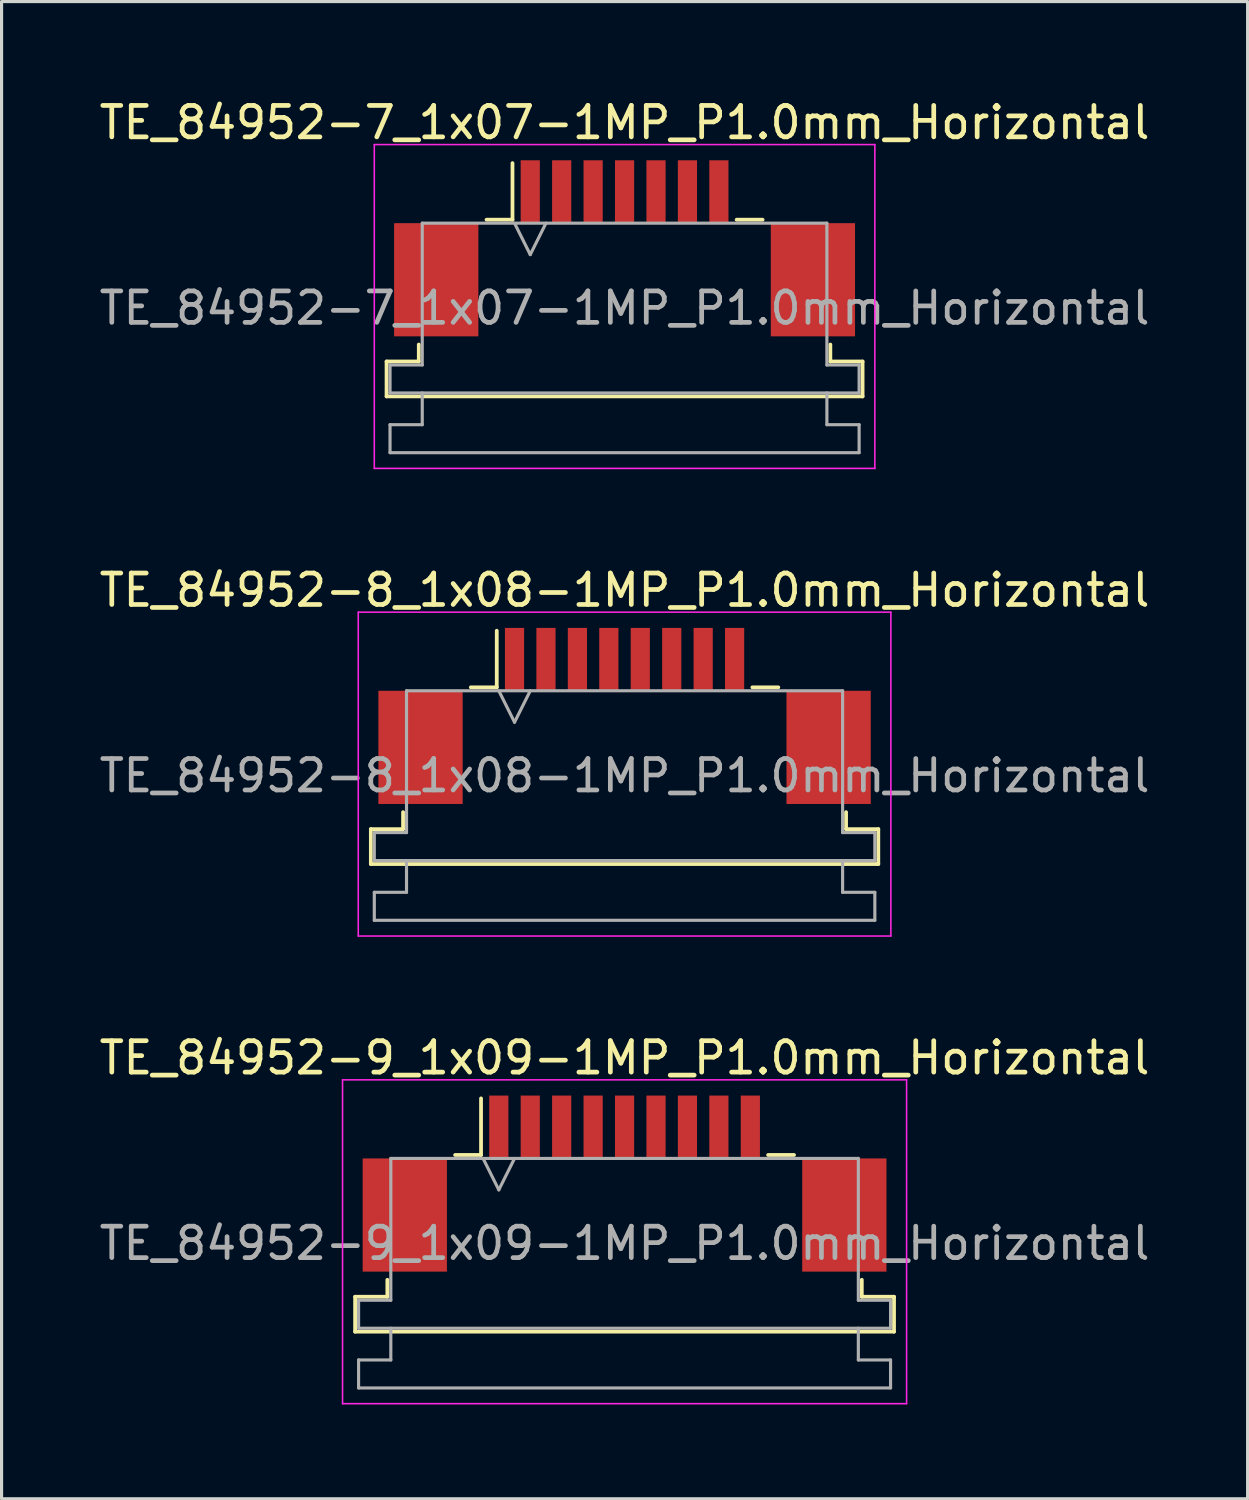
<source format=kicad_pcb>
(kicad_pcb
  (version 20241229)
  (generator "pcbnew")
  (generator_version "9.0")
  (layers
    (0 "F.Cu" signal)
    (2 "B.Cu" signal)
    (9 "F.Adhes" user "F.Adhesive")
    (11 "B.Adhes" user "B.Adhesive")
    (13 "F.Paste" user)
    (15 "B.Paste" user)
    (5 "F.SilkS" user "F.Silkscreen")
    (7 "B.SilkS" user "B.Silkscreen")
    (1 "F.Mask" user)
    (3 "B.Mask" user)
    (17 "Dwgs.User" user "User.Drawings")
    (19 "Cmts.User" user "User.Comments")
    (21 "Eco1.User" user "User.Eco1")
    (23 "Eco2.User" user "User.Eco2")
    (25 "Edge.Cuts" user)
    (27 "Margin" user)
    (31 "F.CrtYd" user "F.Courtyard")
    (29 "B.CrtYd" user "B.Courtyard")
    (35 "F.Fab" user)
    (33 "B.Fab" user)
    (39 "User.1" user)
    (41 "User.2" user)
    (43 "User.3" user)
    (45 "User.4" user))
  (footprint "TE_84952-8_1x08-1MP_P1.0mm_Horizontal"
    (layer "F.Cu")
    (at 16.815 19.721)
    (property "Reference" "TE_84952-8_1x08-1MP_P1.0mm_Horizontal" (at 0 -4 0) (layer "F.SilkS") (effects (font (size 1 1) (thickness 0.15))))
    (attr smd)
    (fp_line (start -8.07 3.6) (end -7.045 3.6) (stroke (width 0.12) (type solid)) (layer "F.SilkS"))
    (fp_line (start -8.07 4.71) (end -8.07 3.6) (stroke (width 0.12) (type solid)) (layer "F.SilkS"))
    (fp_line (start -7.045 3.6) (end -7.045 3.06) (stroke (width 0.12) (type solid)) (layer "F.SilkS"))
    (fp_line (start -4.89 -0.91) (end -4.065 -0.91) (stroke (width 0.12) (type solid)) (layer "F.SilkS"))
    (fp_line (start -4.065 -0.91) (end -4.065 -2.71) (stroke (width 0.12) (type solid)) (layer "F.SilkS"))
    (fp_line (start 4.065 -0.91) (end 4.89 -0.91) (stroke (width 0.12) (type solid)) (layer "F.SilkS"))
    (fp_line (start 7.045 3.06) (end 7.045 3.6) (stroke (width 0.12) (type solid)) (layer "F.SilkS"))
    (fp_line (start 7.045 3.6) (end 8.07 3.6) (stroke (width 0.12) (type solid)) (layer "F.SilkS"))
    (fp_line (start 8.07 3.6) (end 8.07 4.71) (stroke (width 0.12) (type solid)) (layer "F.SilkS"))
    (fp_line (start 8.07 4.71) (end -8.07 4.71) (stroke (width 0.12) (type solid)) (layer "F.SilkS"))
    (fp_line (start -8.47 -3.3) (end -8.47 7) (stroke (width 0.05) (type solid)) (layer "F.CrtYd"))
    (fp_line (start -8.47 7) (end 8.47 7) (stroke (width 0.05) (type solid)) (layer "F.CrtYd"))
    (fp_line (start 8.47 -3.3) (end -8.47 -3.3) (stroke (width 0.05) (type solid)) (layer "F.CrtYd"))
    (fp_line (start 8.47 7) (end 8.47 -3.3) (stroke (width 0.05) (type solid)) (layer "F.CrtYd"))
    (fp_line (start -7.96 3.71) (end -6.935 3.71) (stroke (width 0.1) (type solid)) (layer "F.Fab"))
    (fp_line (start -7.96 4.6) (end -7.96 3.71) (stroke (width 0.1) (type solid)) (layer "F.Fab"))
    (fp_line (start -7.96 5.61) (end -6.935 5.61) (stroke (width 0.1) (type solid)) (layer "F.Fab"))
    (fp_line (start -7.96 6.5) (end -7.96 5.61) (stroke (width 0.1) (type solid)) (layer "F.Fab"))
    (fp_line (start -6.935 -0.8) (end 6.935 -0.8) (stroke (width 0.1) (type solid)) (layer "F.Fab"))
    (fp_line (start -6.935 3.71) (end -6.935 -0.8) (stroke (width 0.1) (type solid)) (layer "F.Fab"))
    (fp_line (start -6.935 5.61) (end -6.935 4.6) (stroke (width 0.1) (type solid)) (layer "F.Fab"))
    (fp_line (start -4 -0.8) (end -3.5 0.2) (stroke (width 0.1) (type solid)) (layer "F.Fab"))
    (fp_line (start -3.5 0.2) (end -3 -0.8) (stroke (width 0.1) (type solid)) (layer "F.Fab"))
    (fp_line (start 6.935 -0.8) (end 6.935 3.71) (stroke (width 0.1) (type solid)) (layer "F.Fab"))
    (fp_line (start 6.935 3.71) (end 7.96 3.71) (stroke (width 0.1) (type solid)) (layer "F.Fab"))
    (fp_line (start 6.935 4.6) (end 6.935 5.61) (stroke (width 0.1) (type solid)) (layer "F.Fab"))
    (fp_line (start 6.935 5.61) (end 7.96 5.61) (stroke (width 0.1) (type solid)) (layer "F.Fab"))
    (fp_line (start 7.96 3.71) (end 7.96 4.6) (stroke (width 0.1) (type solid)) (layer "F.Fab"))
    (fp_line (start 7.96 4.6) (end -7.96 4.6) (stroke (width 0.1) (type solid)) (layer "F.Fab"))
    (fp_line (start 7.96 5.61) (end 7.96 6.5) (stroke (width 0.1) (type solid)) (layer "F.Fab"))
    (fp_line (start 7.96 6.5) (end -7.96 6.5) (stroke (width 0.1) (type solid)) (layer "F.Fab"))
    (fp_text user "${REFERENCE}" (at 0 1.9 0) (layer "F.Fab") (effects (font (size 1 1) (thickness 0.15))))
    (pad "1" smd rect (at -3.5 -1.8) (size 0.61 2) (layers "F.Cu" "F.Mask" "F.Paste"))
    (pad "2" smd rect (at -2.5 -1.8) (size 0.61 2) (layers "F.Cu" "F.Mask" "F.Paste"))
    (pad "3" smd rect (at -1.5 -1.8) (size 0.61 2) (layers "F.Cu" "F.Mask" "F.Paste"))
    (pad "4" smd rect (at -0.5 -1.8) (size 0.61 2) (layers "F.Cu" "F.Mask" "F.Paste"))
    (pad "5" smd rect (at 0.5 -1.8) (size 0.61 2) (layers "F.Cu" "F.Mask" "F.Paste"))
    (pad "6" smd rect (at 1.5 -1.8) (size 0.61 2) (layers "F.Cu" "F.Mask" "F.Paste"))
    (pad "7" smd rect (at 2.5 -1.8) (size 0.61 2) (layers "F.Cu" "F.Mask" "F.Paste"))
    (pad "8" smd rect (at 3.5 -1.8) (size 0.61 2) (layers "F.Cu" "F.Mask" "F.Paste"))
    (pad "MP" smd rect (at -6.49 1) (size 2.68 3.6) (layers "F.Cu" "F.Mask" "F.Paste"))
    (pad "MP" smd rect (at 6.49 1) (size 2.68 3.6) (layers "F.Cu" "F.Mask" "F.Paste")))
  (footprint "TE_84952-7_1x07-1MP_P1.0mm_Horizontal"
    (layer "F.Cu")
    (at 16.815 4.848)
    (property "Reference" "TE_84952-7_1x07-1MP_P1.0mm_Horizontal" (at 0 -4 0) (layer "F.SilkS") (effects (font (size 1 1) (thickness 0.15))))
    (attr smd)
    (fp_line (start -7.57 3.6) (end -6.545 3.6) (stroke (width 0.12) (type solid)) (layer "F.SilkS"))
    (fp_line (start -7.57 4.71) (end -7.57 3.6) (stroke (width 0.12) (type solid)) (layer "F.SilkS"))
    (fp_line (start -6.545 3.6) (end -6.545 3.06) (stroke (width 0.12) (type solid)) (layer "F.SilkS"))
    (fp_line (start -4.39 -0.91) (end -3.565 -0.91) (stroke (width 0.12) (type solid)) (layer "F.SilkS"))
    (fp_line (start -3.565 -0.91) (end -3.565 -2.71) (stroke (width 0.12) (type solid)) (layer "F.SilkS"))
    (fp_line (start 3.565 -0.91) (end 4.39 -0.91) (stroke (width 0.12) (type solid)) (layer "F.SilkS"))
    (fp_line (start 6.545 3.06) (end 6.545 3.6) (stroke (width 0.12) (type solid)) (layer "F.SilkS"))
    (fp_line (start 6.545 3.6) (end 7.57 3.6) (stroke (width 0.12) (type solid)) (layer "F.SilkS"))
    (fp_line (start 7.57 3.6) (end 7.57 4.71) (stroke (width 0.12) (type solid)) (layer "F.SilkS"))
    (fp_line (start 7.57 4.71) (end -7.57 4.71) (stroke (width 0.12) (type solid)) (layer "F.SilkS"))
    (fp_line (start -7.96 -3.3) (end -7.96 7) (stroke (width 0.05) (type solid)) (layer "F.CrtYd"))
    (fp_line (start -7.96 7) (end 7.96 7) (stroke (width 0.05) (type solid)) (layer "F.CrtYd"))
    (fp_line (start 7.96 -3.3) (end -7.96 -3.3) (stroke (width 0.05) (type solid)) (layer "F.CrtYd"))
    (fp_line (start 7.96 7) (end 7.96 -3.3) (stroke (width 0.05) (type solid)) (layer "F.CrtYd"))
    (fp_line (start -7.46 3.71) (end -6.435 3.71) (stroke (width 0.1) (type solid)) (layer "F.Fab"))
    (fp_line (start -7.46 4.6) (end -7.46 3.71) (stroke (width 0.1) (type solid)) (layer "F.Fab"))
    (fp_line (start -7.46 5.61) (end -6.435 5.61) (stroke (width 0.1) (type solid)) (layer "F.Fab"))
    (fp_line (start -7.46 6.5) (end -7.46 5.61) (stroke (width 0.1) (type solid)) (layer "F.Fab"))
    (fp_line (start -6.435 -0.8) (end 6.435 -0.8) (stroke (width 0.1) (type solid)) (layer "F.Fab"))
    (fp_line (start -6.435 3.71) (end -6.435 -0.8) (stroke (width 0.1) (type solid)) (layer "F.Fab"))
    (fp_line (start -6.435 5.61) (end -6.435 4.6) (stroke (width 0.1) (type solid)) (layer "F.Fab"))
    (fp_line (start -3.5 -0.8) (end -3 0.2) (stroke (width 0.1) (type solid)) (layer "F.Fab"))
    (fp_line (start -3 0.2) (end -2.5 -0.8) (stroke (width 0.1) (type solid)) (layer "F.Fab"))
    (fp_line (start 6.435 -0.8) (end 6.435 3.71) (stroke (width 0.1) (type solid)) (layer "F.Fab"))
    (fp_line (start 6.435 3.71) (end 7.46 3.71) (stroke (width 0.1) (type solid)) (layer "F.Fab"))
    (fp_line (start 6.435 4.6) (end 6.435 5.61) (stroke (width 0.1) (type solid)) (layer "F.Fab"))
    (fp_line (start 6.435 5.61) (end 7.46 5.61) (stroke (width 0.1) (type solid)) (layer "F.Fab"))
    (fp_line (start 7.46 3.71) (end 7.46 4.6) (stroke (width 0.1) (type solid)) (layer "F.Fab"))
    (fp_line (start 7.46 4.6) (end -7.46 4.6) (stroke (width 0.1) (type solid)) (layer "F.Fab"))
    (fp_line (start 7.46 5.61) (end 7.46 6.5) (stroke (width 0.1) (type solid)) (layer "F.Fab"))
    (fp_line (start 7.46 6.5) (end -7.46 6.5) (stroke (width 0.1) (type solid)) (layer "F.Fab"))
    (fp_text user "${REFERENCE}" (at 0 1.9 0) (layer "F.Fab") (effects (font (size 1 1) (thickness 0.15))))
    (pad "1" smd rect (at -3 -1.8) (size 0.61 2) (layers "F.Cu" "F.Mask" "F.Paste"))
    (pad "2" smd rect (at -2 -1.8) (size 0.61 2) (layers "F.Cu" "F.Mask" "F.Paste"))
    (pad "3" smd rect (at -1 -1.8) (size 0.61 2) (layers "F.Cu" "F.Mask" "F.Paste"))
    (pad "4" smd rect (at 0 -1.8) (size 0.61 2) (layers "F.Cu" "F.Mask" "F.Paste"))
    (pad "5" smd rect (at 1 -1.8) (size 0.61 2) (layers "F.Cu" "F.Mask" "F.Paste"))
    (pad "6" smd rect (at 2 -1.8) (size 0.61 2) (layers "F.Cu" "F.Mask" "F.Paste"))
    (pad "7" smd rect (at 3 -1.8) (size 0.61 2) (layers "F.Cu" "F.Mask" "F.Paste"))
    (pad "MP" smd rect (at -5.99 1) (size 2.68 3.6) (layers "F.Cu" "F.Mask" "F.Paste"))
    (pad "MP" smd rect (at 5.99 1) (size 2.68 3.6) (layers "F.Cu" "F.Mask" "F.Paste")))
  (footprint "TE_84952-9_1x09-1MP_P1.0mm_Horizontal"
    (layer "F.Cu")
    (at 16.815 34.595)
    (property "Reference" "TE_84952-9_1x09-1MP_P1.0mm_Horizontal" (at 0 -4 0) (layer "F.SilkS") (effects (font (size 1 1) (thickness 0.15))))
    (attr smd)
    (fp_line (start -8.57 3.6) (end -7.545 3.6) (stroke (width 0.12) (type solid)) (layer "F.SilkS"))
    (fp_line (start -8.57 4.71) (end -8.57 3.6) (stroke (width 0.12) (type solid)) (layer "F.SilkS"))
    (fp_line (start -7.545 3.6) (end -7.545 3.06) (stroke (width 0.12) (type solid)) (layer "F.SilkS"))
    (fp_line (start -5.39 -0.91) (end -4.565 -0.91) (stroke (width 0.12) (type solid)) (layer "F.SilkS"))
    (fp_line (start -4.565 -0.91) (end -4.565 -2.71) (stroke (width 0.12) (type solid)) (layer "F.SilkS"))
    (fp_line (start 4.565 -0.91) (end 5.39 -0.91) (stroke (width 0.12) (type solid)) (layer "F.SilkS"))
    (fp_line (start 7.545 3.06) (end 7.545 3.6) (stroke (width 0.12) (type solid)) (layer "F.SilkS"))
    (fp_line (start 7.545 3.6) (end 8.57 3.6) (stroke (width 0.12) (type solid)) (layer "F.SilkS"))
    (fp_line (start 8.57 3.6) (end 8.57 4.71) (stroke (width 0.12) (type solid)) (layer "F.SilkS"))
    (fp_line (start 8.57 4.71) (end -8.57 4.71) (stroke (width 0.12) (type solid)) (layer "F.SilkS"))
    (fp_line (start -8.97 -3.3) (end -8.97 7) (stroke (width 0.05) (type solid)) (layer "F.CrtYd"))
    (fp_line (start -8.97 7) (end 8.97 7) (stroke (width 0.05) (type solid)) (layer "F.CrtYd"))
    (fp_line (start 8.97 -3.3) (end -8.97 -3.3) (stroke (width 0.05) (type solid)) (layer "F.CrtYd"))
    (fp_line (start 8.97 7) (end 8.97 -3.3) (stroke (width 0.05) (type solid)) (layer "F.CrtYd"))
    (fp_line (start -8.46 3.71) (end -7.435 3.71) (stroke (width 0.1) (type solid)) (layer "F.Fab"))
    (fp_line (start -8.46 4.6) (end -8.46 3.71) (stroke (width 0.1) (type solid)) (layer "F.Fab"))
    (fp_line (start -8.46 5.61) (end -7.435 5.61) (stroke (width 0.1) (type solid)) (layer "F.Fab"))
    (fp_line (start -8.46 6.5) (end -8.46 5.61) (stroke (width 0.1) (type solid)) (layer "F.Fab"))
    (fp_line (start -7.435 -0.8) (end 7.435 -0.8) (stroke (width 0.1) (type solid)) (layer "F.Fab"))
    (fp_line (start -7.435 3.71) (end -7.435 -0.8) (stroke (width 0.1) (type solid)) (layer "F.Fab"))
    (fp_line (start -7.435 5.61) (end -7.435 4.6) (stroke (width 0.1) (type solid)) (layer "F.Fab"))
    (fp_line (start -4.5 -0.8) (end -4 0.2) (stroke (width 0.1) (type solid)) (layer "F.Fab"))
    (fp_line (start -4 0.2) (end -3.5 -0.8) (stroke (width 0.1) (type solid)) (layer "F.Fab"))
    (fp_line (start 7.435 -0.8) (end 7.435 3.71) (stroke (width 0.1) (type solid)) (layer "F.Fab"))
    (fp_line (start 7.435 3.71) (end 8.46 3.71) (stroke (width 0.1) (type solid)) (layer "F.Fab"))
    (fp_line (start 7.435 4.6) (end 7.435 5.61) (stroke (width 0.1) (type solid)) (layer "F.Fab"))
    (fp_line (start 7.435 5.61) (end 8.46 5.61) (stroke (width 0.1) (type solid)) (layer "F.Fab"))
    (fp_line (start 8.46 3.71) (end 8.46 4.6) (stroke (width 0.1) (type solid)) (layer "F.Fab"))
    (fp_line (start 8.46 4.6) (end -8.46 4.6) (stroke (width 0.1) (type solid)) (layer "F.Fab"))
    (fp_line (start 8.46 5.61) (end 8.46 6.5) (stroke (width 0.1) (type solid)) (layer "F.Fab"))
    (fp_line (start 8.46 6.5) (end -8.46 6.5) (stroke (width 0.1) (type solid)) (layer "F.Fab"))
    (fp_text user "${REFERENCE}" (at 0 1.9 0) (layer "F.Fab") (effects (font (size 1 1) (thickness 0.15))))
    (pad "1" smd rect (at -4 -1.8) (size 0.61 2) (layers "F.Cu" "F.Mask" "F.Paste"))
    (pad "2" smd rect (at -3 -1.8) (size 0.61 2) (layers "F.Cu" "F.Mask" "F.Paste"))
    (pad "3" smd rect (at -2 -1.8) (size 0.61 2) (layers "F.Cu" "F.Mask" "F.Paste"))
    (pad "4" smd rect (at -1 -1.8) (size 0.61 2) (layers "F.Cu" "F.Mask" "F.Paste"))
    (pad "5" smd rect (at 0 -1.8) (size 0.61 2) (layers "F.Cu" "F.Mask" "F.Paste"))
    (pad "6" smd rect (at 1 -1.8) (size 0.61 2) (layers "F.Cu" "F.Mask" "F.Paste"))
    (pad "7" smd rect (at 2 -1.8) (size 0.61 2) (layers "F.Cu" "F.Mask" "F.Paste"))
    (pad "8" smd rect (at 3 -1.8) (size 0.61 2) (layers "F.Cu" "F.Mask" "F.Paste"))
    (pad "9" smd rect (at 4 -1.8) (size 0.61 2) (layers "F.Cu" "F.Mask" "F.Paste"))
    (pad "MP" smd rect (at -6.99 1) (size 2.68 3.6) (layers "F.Cu" "F.Mask" "F.Paste"))
    (pad "MP" smd rect (at 6.99 1) (size 2.68 3.6) (layers "F.Cu" "F.Mask" "F.Paste")))
  (gr_rect
    (start -3 -3)
    (end 36.631 44.62)
    (stroke (width 0.1) (type default))
    (fill no)
    (layer "Edge.Cuts")))
</source>
